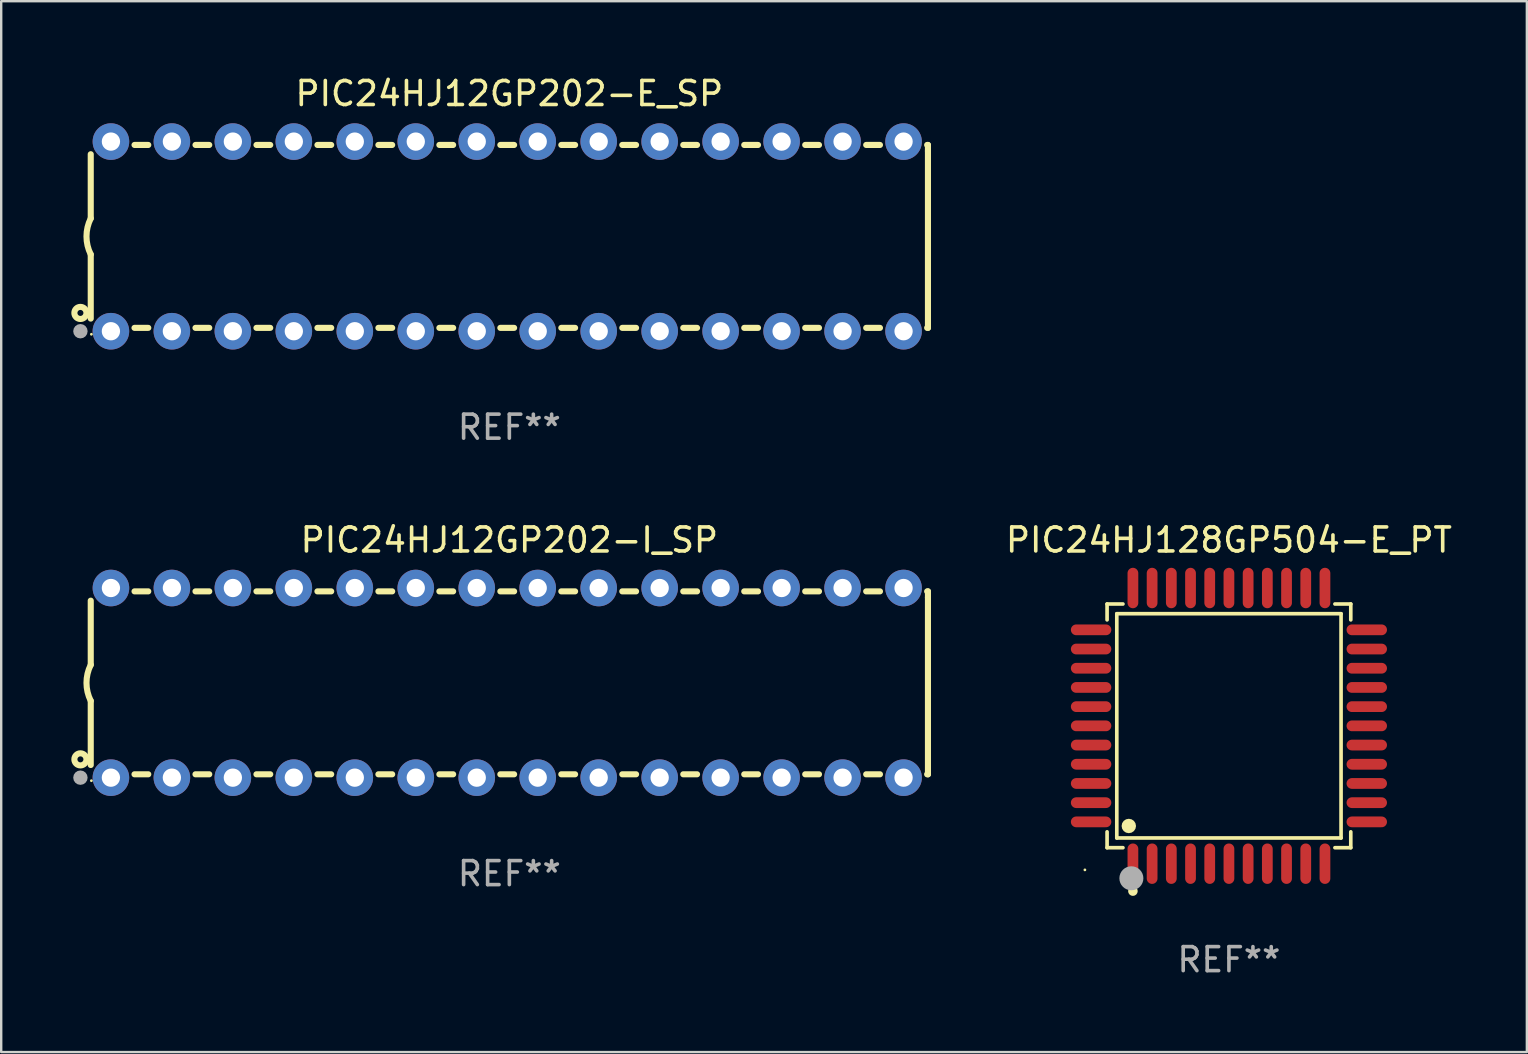
<source format=kicad_pcb>
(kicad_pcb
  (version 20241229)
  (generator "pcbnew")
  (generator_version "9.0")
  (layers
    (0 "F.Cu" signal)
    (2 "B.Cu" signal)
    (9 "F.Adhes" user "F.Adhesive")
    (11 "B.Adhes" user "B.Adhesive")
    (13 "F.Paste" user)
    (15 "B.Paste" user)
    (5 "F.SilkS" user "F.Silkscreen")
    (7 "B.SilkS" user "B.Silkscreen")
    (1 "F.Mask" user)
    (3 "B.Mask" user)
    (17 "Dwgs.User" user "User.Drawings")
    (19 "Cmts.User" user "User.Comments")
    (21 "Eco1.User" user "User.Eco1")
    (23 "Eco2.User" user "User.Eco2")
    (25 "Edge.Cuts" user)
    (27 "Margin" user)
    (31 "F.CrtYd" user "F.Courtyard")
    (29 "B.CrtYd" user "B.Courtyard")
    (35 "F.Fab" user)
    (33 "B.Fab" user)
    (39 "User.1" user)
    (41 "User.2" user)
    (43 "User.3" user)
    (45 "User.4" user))
  (footprint "PIC24HJ12GP202-I_SP"
    (layer "F.Cu")
    (at 18.168 25.395)
    (property "Reference" "PIC24HJ12GP202-I_SP" (at 0 -5.95 0) (layer "F.SilkS") (effects (font (size 1 1) (thickness 0.15))))
    (attr through_hole)
    (fp_line (start -17.438 0.75) (end -17.438 3.423) (stroke (width 0.254) (type solid)) (layer "F.SilkS"))
    (fp_line (start -17.438 -3.423) (end -17.438 -0.75) (stroke (width 0.254) (type solid)) (layer "F.SilkS"))
    (fp_line (start -15.615 3.81) (end -15.041 3.81) (stroke (width 0.254) (type solid)) (layer "F.SilkS"))
    (fp_line (start -15.041 -3.81) (end -15.614 -3.81) (stroke (width 0.254) (type solid)) (layer "F.SilkS"))
    (fp_line (start -13.075 3.81) (end -12.501 3.81) (stroke (width 0.254) (type solid)) (layer "F.SilkS"))
    (fp_line (start -12.501 -3.81) (end -13.074 -3.81) (stroke (width 0.254) (type solid)) (layer "F.SilkS"))
    (fp_line (start -10.535 3.81) (end -9.961 3.81) (stroke (width 0.254) (type solid)) (layer "F.SilkS"))
    (fp_line (start -9.961 -3.81) (end -10.534 -3.81) (stroke (width 0.254) (type solid)) (layer "F.SilkS"))
    (fp_line (start -7.995 3.81) (end -7.421 3.81) (stroke (width 0.254) (type solid)) (layer "F.SilkS"))
    (fp_line (start -7.421 -3.81) (end -7.995 -3.81) (stroke (width 0.254) (type solid)) (layer "F.SilkS"))
    (fp_line (start -5.455 3.81) (end -4.881 3.81) (stroke (width 0.254) (type solid)) (layer "F.SilkS"))
    (fp_line (start -4.881 -3.81) (end -5.455 -3.81) (stroke (width 0.254) (type solid)) (layer "F.SilkS"))
    (fp_line (start -2.915 3.81) (end -2.341 3.81) (stroke (width 0.254) (type solid)) (layer "F.SilkS"))
    (fp_line (start -2.341 -3.81) (end -2.915 -3.81) (stroke (width 0.254) (type solid)) (layer "F.SilkS"))
    (fp_line (start -0.375 3.81) (end 0.199 3.81) (stroke (width 0.254) (type solid)) (layer "F.SilkS"))
    (fp_line (start 0.199 -3.81) (end -0.375 -3.81) (stroke (width 0.254) (type solid)) (layer "F.SilkS"))
    (fp_line (start 2.165 3.81) (end 2.739 3.81) (stroke (width 0.254) (type solid)) (layer "F.SilkS"))
    (fp_line (start 2.739 -3.81) (end 2.165 -3.81) (stroke (width 0.254) (type solid)) (layer "F.SilkS"))
    (fp_line (start 4.705 3.81) (end 5.279 3.81) (stroke (width 0.254) (type solid)) (layer "F.SilkS"))
    (fp_line (start 5.279 -3.81) (end 4.705 -3.81) (stroke (width 0.254) (type solid)) (layer "F.SilkS"))
    (fp_line (start 7.245 3.81) (end 7.819 3.81) (stroke (width 0.254) (type solid)) (layer "F.SilkS"))
    (fp_line (start 7.819 -3.81) (end 7.245 -3.81) (stroke (width 0.254) (type solid)) (layer "F.SilkS"))
    (fp_line (start 9.785 3.81) (end 10.359 3.81) (stroke (width 0.254) (type solid)) (layer "F.SilkS"))
    (fp_line (start 10.359 -3.81) (end 9.785 -3.81) (stroke (width 0.254) (type solid)) (layer "F.SilkS"))
    (fp_line (start 12.325 3.81) (end 12.899 3.81) (stroke (width 0.254) (type solid)) (layer "F.SilkS"))
    (fp_line (start 12.899 -3.81) (end 12.325 -3.81) (stroke (width 0.254) (type solid)) (layer "F.SilkS"))
    (fp_line (start 14.865 3.81) (end 15.439 3.81) (stroke (width 0.254) (type solid)) (layer "F.SilkS"))
    (fp_line (start 15.439 -3.81) (end 14.865 -3.81) (stroke (width 0.254) (type solid)) (layer "F.SilkS"))
    (fp_line (start 17.405 3.81) (end 17.438 3.81) (stroke (width 0.254) (type solid)) (layer "F.SilkS"))
    (fp_line (start 17.438 -3.81) (end 17.405 -3.81) (stroke (width 0.254) (type solid)) (layer "F.SilkS"))
    (fp_line (start 17.438 -3.556) (end 17.438 -3.81) (stroke (width 0.254) (type solid)) (layer "F.SilkS"))
    (fp_line (start 17.438 3.81) (end 17.438 -3.556) (stroke (width 0.254) (type solid)) (layer "F.SilkS"))
    (fp_arc (start -17.437986 0.749657) (mid -17.614887 -0.000024) (end -17.437783 -0.749657) (stroke (width 0.254001) (type solid)) (layer "F.SilkS"))
    (fp_circle (center -17.868 3.188) (end -17.743 3.188) (stroke (width 0.254) (type solid)) (fill no) (layer "F.SilkS"))
    (fp_circle (center -17.411 4.077) (end -17.381 4.077) (stroke (width 0.06) (type solid)) (fill no) (layer "F.SilkS"))
    (fp_circle (center -17.868 3.95) (end -17.718 3.95) (stroke (width 0.3) (type solid)) (fill no) (layer "F.Fab"))
    (fp_text user "REF**" (at 0 7.95 0) (layer "F.Fab") (effects (font (size 1 1) (thickness 0.15))))
    (pad "1" thru_hole circle (at -16.598 3.95) (size 1.524 1.524) (drill 0.762) (layers "*.Cu" "*.Mask"))
    (pad "2" thru_hole circle (at -14.058 3.95) (size 1.524 1.524) (drill 0.762) (layers "*.Cu" "*.Mask"))
    (pad "3" thru_hole circle (at -11.518 3.95) (size 1.524 1.524) (drill 0.762) (layers "*.Cu" "*.Mask"))
    (pad "4" thru_hole circle (at -8.978 3.95) (size 1.524 1.524) (drill 0.762) (layers "*.Cu" "*.Mask"))
    (pad "5" thru_hole circle (at -6.438 3.95) (size 1.524 1.524) (drill 0.762) (layers "*.Cu" "*.Mask"))
    (pad "6" thru_hole circle (at -3.898 3.95) (size 1.524 1.524) (drill 0.762) (layers "*.Cu" "*.Mask"))
    (pad "7" thru_hole circle (at -1.358 3.95) (size 1.524 1.524) (drill 0.762) (layers "*.Cu" "*.Mask"))
    (pad "8" thru_hole circle (at 1.182 3.95) (size 1.524 1.524) (drill 0.762) (layers "*.Cu" "*.Mask"))
    (pad "9" thru_hole circle (at 3.722 3.95) (size 1.524 1.524) (drill 0.762) (layers "*.Cu" "*.Mask"))
    (pad "10" thru_hole circle (at 6.262 3.95) (size 1.524 1.524) (drill 0.762) (layers "*.Cu" "*.Mask"))
    (pad "11" thru_hole circle (at 8.802 3.95) (size 1.524 1.524) (drill 0.762) (layers "*.Cu" "*.Mask"))
    (pad "12" thru_hole circle (at 11.342 3.95) (size 1.524 1.524) (drill 0.762) (layers "*.Cu" "*.Mask"))
    (pad "13" thru_hole circle (at 13.882 3.95) (size 1.524 1.524) (drill 0.762) (layers "*.Cu" "*.Mask"))
    (pad "14" thru_hole circle (at 16.422 3.95) (size 1.524 1.524) (drill 0.762) (layers "*.Cu" "*.Mask"))
    (pad "15" thru_hole circle (at 16.422 -3.95) (size 1.524 1.524) (drill 0.762) (layers "*.Cu" "*.Mask"))
    (pad "16" thru_hole circle (at 13.882 -3.95) (size 1.524 1.524) (drill 0.762) (layers "*.Cu" "*.Mask"))
    (pad "17" thru_hole circle (at 11.342 -3.95) (size 1.524 1.524) (drill 0.762) (layers "*.Cu" "*.Mask"))
    (pad "18" thru_hole circle (at 8.802 -3.95) (size 1.524 1.524) (drill 0.762) (layers "*.Cu" "*.Mask"))
    (pad "19" thru_hole circle (at 6.262 -3.95) (size 1.524 1.524) (drill 0.762) (layers "*.Cu" "*.Mask"))
    (pad "20" thru_hole circle (at 3.722 -3.95) (size 1.524 1.524) (drill 0.762) (layers "*.Cu" "*.Mask"))
    (pad "21" thru_hole circle (at 1.182 -3.95) (size 1.524 1.524) (drill 0.762) (layers "*.Cu" "*.Mask"))
    (pad "22" thru_hole circle (at -1.358 -3.95) (size 1.524 1.524) (drill 0.762) (layers "*.Cu" "*.Mask"))
    (pad "23" thru_hole circle (at -3.898 -3.95) (size 1.524 1.524) (drill 0.762) (layers "*.Cu" "*.Mask"))
    (pad "24" thru_hole circle (at -6.438 -3.95) (size 1.524 1.524) (drill 0.762) (layers "*.Cu" "*.Mask"))
    (pad "25" thru_hole circle (at -8.978 -3.95) (size 1.524 1.524) (drill 0.762) (layers "*.Cu" "*.Mask"))
    (pad "26" thru_hole circle (at -11.517 -3.95) (size 1.524 1.524) (drill 0.762) (layers "*.Cu" "*.Mask"))
    (pad "27" thru_hole circle (at -14.057 -3.95) (size 1.524 1.524) (drill 0.762) (layers "*.Cu" "*.Mask"))
    (pad "28" thru_hole circle (at -16.597 -3.95) (size 1.524 1.524) (drill 0.762) (layers "*.Cu" "*.Mask")))
  (footprint "PIC24HJ12GP202-E_SP"
    (layer "F.Cu")
    (at 18.168 6.798)
    (property "Reference" "PIC24HJ12GP202-E_SP" (at 0 -5.95 0) (layer "F.SilkS") (effects (font (size 1 1) (thickness 0.15))))
    (attr through_hole)
    (fp_line (start -17.438 0.75) (end -17.438 3.423) (stroke (width 0.254) (type solid)) (layer "F.SilkS"))
    (fp_line (start -17.438 -3.423) (end -17.438 -0.75) (stroke (width 0.254) (type solid)) (layer "F.SilkS"))
    (fp_line (start -15.615 3.81) (end -15.041 3.81) (stroke (width 0.254) (type solid)) (layer "F.SilkS"))
    (fp_line (start -15.041 -3.81) (end -15.614 -3.81) (stroke (width 0.254) (type solid)) (layer "F.SilkS"))
    (fp_line (start -13.075 3.81) (end -12.501 3.81) (stroke (width 0.254) (type solid)) (layer "F.SilkS"))
    (fp_line (start -12.501 -3.81) (end -13.074 -3.81) (stroke (width 0.254) (type solid)) (layer "F.SilkS"))
    (fp_line (start -10.535 3.81) (end -9.961 3.81) (stroke (width 0.254) (type solid)) (layer "F.SilkS"))
    (fp_line (start -9.961 -3.81) (end -10.534 -3.81) (stroke (width 0.254) (type solid)) (layer "F.SilkS"))
    (fp_line (start -7.995 3.81) (end -7.421 3.81) (stroke (width 0.254) (type solid)) (layer "F.SilkS"))
    (fp_line (start -7.421 -3.81) (end -7.995 -3.81) (stroke (width 0.254) (type solid)) (layer "F.SilkS"))
    (fp_line (start -5.455 3.81) (end -4.881 3.81) (stroke (width 0.254) (type solid)) (layer "F.SilkS"))
    (fp_line (start -4.881 -3.81) (end -5.455 -3.81) (stroke (width 0.254) (type solid)) (layer "F.SilkS"))
    (fp_line (start -2.915 3.81) (end -2.341 3.81) (stroke (width 0.254) (type solid)) (layer "F.SilkS"))
    (fp_line (start -2.341 -3.81) (end -2.915 -3.81) (stroke (width 0.254) (type solid)) (layer "F.SilkS"))
    (fp_line (start -0.375 3.81) (end 0.199 3.81) (stroke (width 0.254) (type solid)) (layer "F.SilkS"))
    (fp_line (start 0.199 -3.81) (end -0.375 -3.81) (stroke (width 0.254) (type solid)) (layer "F.SilkS"))
    (fp_line (start 2.165 3.81) (end 2.739 3.81) (stroke (width 0.254) (type solid)) (layer "F.SilkS"))
    (fp_line (start 2.739 -3.81) (end 2.165 -3.81) (stroke (width 0.254) (type solid)) (layer "F.SilkS"))
    (fp_line (start 4.705 3.81) (end 5.279 3.81) (stroke (width 0.254) (type solid)) (layer "F.SilkS"))
    (fp_line (start 5.279 -3.81) (end 4.705 -3.81) (stroke (width 0.254) (type solid)) (layer "F.SilkS"))
    (fp_line (start 7.245 3.81) (end 7.819 3.81) (stroke (width 0.254) (type solid)) (layer "F.SilkS"))
    (fp_line (start 7.819 -3.81) (end 7.245 -3.81) (stroke (width 0.254) (type solid)) (layer "F.SilkS"))
    (fp_line (start 9.785 3.81) (end 10.359 3.81) (stroke (width 0.254) (type solid)) (layer "F.SilkS"))
    (fp_line (start 10.359 -3.81) (end 9.785 -3.81) (stroke (width 0.254) (type solid)) (layer "F.SilkS"))
    (fp_line (start 12.325 3.81) (end 12.899 3.81) (stroke (width 0.254) (type solid)) (layer "F.SilkS"))
    (fp_line (start 12.899 -3.81) (end 12.325 -3.81) (stroke (width 0.254) (type solid)) (layer "F.SilkS"))
    (fp_line (start 14.865 3.81) (end 15.439 3.81) (stroke (width 0.254) (type solid)) (layer "F.SilkS"))
    (fp_line (start 15.439 -3.81) (end 14.865 -3.81) (stroke (width 0.254) (type solid)) (layer "F.SilkS"))
    (fp_line (start 17.405 3.81) (end 17.438 3.81) (stroke (width 0.254) (type solid)) (layer "F.SilkS"))
    (fp_line (start 17.438 -3.81) (end 17.405 -3.81) (stroke (width 0.254) (type solid)) (layer "F.SilkS"))
    (fp_line (start 17.438 -3.556) (end 17.438 -3.81) (stroke (width 0.254) (type solid)) (layer "F.SilkS"))
    (fp_line (start 17.438 3.81) (end 17.438 -3.556) (stroke (width 0.254) (type solid)) (layer "F.SilkS"))
    (fp_arc (start -17.437986 0.749657) (mid -17.614887 -0.000024) (end -17.437783 -0.749657) (stroke (width 0.254001) (type solid)) (layer "F.SilkS"))
    (fp_circle (center -17.868 3.188) (end -17.743 3.188) (stroke (width 0.254) (type solid)) (fill no) (layer "F.SilkS"))
    (fp_circle (center -17.411 4.077) (end -17.381 4.077) (stroke (width 0.06) (type solid)) (fill no) (layer "F.SilkS"))
    (fp_circle (center -17.868 3.95) (end -17.718 3.95) (stroke (width 0.3) (type solid)) (fill no) (layer "F.Fab"))
    (fp_text user "REF**" (at 0 7.95 0) (layer "F.Fab") (effects (font (size 1 1) (thickness 0.15))))
    (pad "1" thru_hole circle (at -16.598 3.95) (size 1.524 1.524) (drill 0.762) (layers "*.Cu" "*.Mask"))
    (pad "2" thru_hole circle (at -14.058 3.95) (size 1.524 1.524) (drill 0.762) (layers "*.Cu" "*.Mask"))
    (pad "3" thru_hole circle (at -11.518 3.95) (size 1.524 1.524) (drill 0.762) (layers "*.Cu" "*.Mask"))
    (pad "4" thru_hole circle (at -8.978 3.95) (size 1.524 1.524) (drill 0.762) (layers "*.Cu" "*.Mask"))
    (pad "5" thru_hole circle (at -6.438 3.95) (size 1.524 1.524) (drill 0.762) (layers "*.Cu" "*.Mask"))
    (pad "6" thru_hole circle (at -3.898 3.95) (size 1.524 1.524) (drill 0.762) (layers "*.Cu" "*.Mask"))
    (pad "7" thru_hole circle (at -1.358 3.95) (size 1.524 1.524) (drill 0.762) (layers "*.Cu" "*.Mask"))
    (pad "8" thru_hole circle (at 1.182 3.95) (size 1.524 1.524) (drill 0.762) (layers "*.Cu" "*.Mask"))
    (pad "9" thru_hole circle (at 3.722 3.95) (size 1.524 1.524) (drill 0.762) (layers "*.Cu" "*.Mask"))
    (pad "10" thru_hole circle (at 6.262 3.95) (size 1.524 1.524) (drill 0.762) (layers "*.Cu" "*.Mask"))
    (pad "11" thru_hole circle (at 8.802 3.95) (size 1.524 1.524) (drill 0.762) (layers "*.Cu" "*.Mask"))
    (pad "12" thru_hole circle (at 11.342 3.95) (size 1.524 1.524) (drill 0.762) (layers "*.Cu" "*.Mask"))
    (pad "13" thru_hole circle (at 13.882 3.95) (size 1.524 1.524) (drill 0.762) (layers "*.Cu" "*.Mask"))
    (pad "14" thru_hole circle (at 16.422 3.95) (size 1.524 1.524) (drill 0.762) (layers "*.Cu" "*.Mask"))
    (pad "15" thru_hole circle (at 16.422 -3.95) (size 1.524 1.524) (drill 0.762) (layers "*.Cu" "*.Mask"))
    (pad "16" thru_hole circle (at 13.882 -3.95) (size 1.524 1.524) (drill 0.762) (layers "*.Cu" "*.Mask"))
    (pad "17" thru_hole circle (at 11.342 -3.95) (size 1.524 1.524) (drill 0.762) (layers "*.Cu" "*.Mask"))
    (pad "18" thru_hole circle (at 8.802 -3.95) (size 1.524 1.524) (drill 0.762) (layers "*.Cu" "*.Mask"))
    (pad "19" thru_hole circle (at 6.262 -3.95) (size 1.524 1.524) (drill 0.762) (layers "*.Cu" "*.Mask"))
    (pad "20" thru_hole circle (at 3.722 -3.95) (size 1.524 1.524) (drill 0.762) (layers "*.Cu" "*.Mask"))
    (pad "21" thru_hole circle (at 1.182 -3.95) (size 1.524 1.524) (drill 0.762) (layers "*.Cu" "*.Mask"))
    (pad "22" thru_hole circle (at -1.358 -3.95) (size 1.524 1.524) (drill 0.762) (layers "*.Cu" "*.Mask"))
    (pad "23" thru_hole circle (at -3.898 -3.95) (size 1.524 1.524) (drill 0.762) (layers "*.Cu" "*.Mask"))
    (pad "24" thru_hole circle (at -6.438 -3.95) (size 1.524 1.524) (drill 0.762) (layers "*.Cu" "*.Mask"))
    (pad "25" thru_hole circle (at -8.978 -3.95) (size 1.524 1.524) (drill 0.762) (layers "*.Cu" "*.Mask"))
    (pad "26" thru_hole circle (at -11.517 -3.95) (size 1.524 1.524) (drill 0.762) (layers "*.Cu" "*.Mask"))
    (pad "27" thru_hole circle (at -14.057 -3.95) (size 1.524 1.524) (drill 0.762) (layers "*.Cu" "*.Mask"))
    (pad "28" thru_hole circle (at -16.597 -3.95) (size 1.524 1.524) (drill 0.762) (layers "*.Cu" "*.Mask")))
  (footprint "PIC24HJ128GP504-E_PT"
    (layer "F.Cu")
    (at 48.144 27.187)
    (property "Reference" "PIC24HJ128GP504-E_PT" (at 0 -7.742 0) (layer "F.SilkS") (effects (font (size 1 1) (thickness 0.15))))
    (attr through_hole)
    (fp_line (start -5.076 -5.076) (end -4.415 -5.076) (stroke (width 0.152) (type solid)) (layer "F.SilkS"))
    (fp_line (start -5.076 -4.415) (end -5.076 -5.076) (stroke (width 0.152) (type solid)) (layer "F.SilkS"))
    (fp_line (start -5.076 4.415) (end -5.076 5.076) (stroke (width 0.152) (type solid)) (layer "F.SilkS"))
    (fp_line (start -5.076 5.076) (end -4.415 5.076) (stroke (width 0.152) (type solid)) (layer "F.SilkS"))
    (fp_line (start -4.671 -4.671) (end 4.671 -4.671) (stroke (width 0.152) (type solid)) (layer "F.SilkS"))
    (fp_line (start -4.671 4.671) (end -4.671 -4.671) (stroke (width 0.152) (type solid)) (layer "F.SilkS"))
    (fp_line (start 4.671 -4.671) (end 4.671 4.671) (stroke (width 0.152) (type solid)) (layer "F.SilkS"))
    (fp_line (start 4.671 4.671) (end -4.671 4.671) (stroke (width 0.152) (type solid)) (layer "F.SilkS"))
    (fp_line (start 5.076 -5.076) (end 4.415 -5.076) (stroke (width 0.152) (type solid)) (layer "F.SilkS"))
    (fp_line (start 5.076 -4.415) (end 5.076 -5.076) (stroke (width 0.152) (type solid)) (layer "F.SilkS"))
    (fp_line (start 5.076 4.415) (end 5.076 5.076) (stroke (width 0.152) (type solid)) (layer "F.SilkS"))
    (fp_line (start 5.076 5.076) (end 4.415 5.076) (stroke (width 0.152) (type solid)) (layer "F.SilkS"))
    (fp_circle (center -6 6) (end -5.97 6) (stroke (width 0.06) (type solid)) (fill no) (layer "F.SilkS"))
    (fp_circle (center -4.171 4.171) (end -4.021 4.171) (stroke (width 0.3) (type solid)) (fill no) (layer "F.SilkS"))
    (fp_circle (center -4 6.884) (end -3.9 6.884) (stroke (width 0.2) (type solid)) (fill no) (layer "F.SilkS"))
    (fp_circle (center -4.064 6.35) (end -3.814 6.35) (stroke (width 0.5) (type solid)) (fill no) (layer "F.Fab"))
    (fp_text user "REF**" (at 0 9.742 0) (layer "F.Fab") (effects (font (size 1 1) (thickness 0.15))))
    (pad "1" smd oval (at -4 5.742) (size 0.448 1.684) (layers "F.Cu" "F.Mask" "F.Paste"))
    (pad "2" smd oval (at -3.2 5.742) (size 0.448 1.684) (layers "F.Cu" "F.Mask" "F.Paste"))
    (pad "3" smd oval (at -2.4 5.742) (size 0.448 1.684) (layers "F.Cu" "F.Mask" "F.Paste"))
    (pad "4" smd oval (at -1.6 5.742) (size 0.448 1.684) (layers "F.Cu" "F.Mask" "F.Paste"))
    (pad "5" smd oval (at -0.8 5.742) (size 0.448 1.684) (layers "F.Cu" "F.Mask" "F.Paste"))
    (pad "6" smd oval (at 0 5.742) (size 0.448 1.684) (layers "F.Cu" "F.Mask" "F.Paste"))
    (pad "7" smd oval (at 0.8 5.742) (size 0.448 1.684) (layers "F.Cu" "F.Mask" "F.Paste"))
    (pad "8" smd oval (at 1.6 5.742) (size 0.448 1.684) (layers "F.Cu" "F.Mask" "F.Paste"))
    (pad "9" smd oval (at 2.4 5.742) (size 0.448 1.684) (layers "F.Cu" "F.Mask" "F.Paste"))
    (pad "10" smd oval (at 3.2 5.742) (size 0.448 1.684) (layers "F.Cu" "F.Mask" "F.Paste"))
    (pad "11" smd oval (at 4 5.742) (size 0.448 1.684) (layers "F.Cu" "F.Mask" "F.Paste"))
    (pad "12" smd oval (at 5.742 4) (size 1.684 0.448) (layers "F.Cu" "F.Mask" "F.Paste"))
    (pad "13" smd oval (at 5.742 3.2) (size 1.684 0.448) (layers "F.Cu" "F.Mask" "F.Paste"))
    (pad "14" smd oval (at 5.742 2.4) (size 1.684 0.448) (layers "F.Cu" "F.Mask" "F.Paste"))
    (pad "15" smd oval (at 5.742 1.6) (size 1.684 0.448) (layers "F.Cu" "F.Mask" "F.Paste"))
    (pad "16" smd oval (at 5.742 0.8) (size 1.684 0.448) (layers "F.Cu" "F.Mask" "F.Paste"))
    (pad "17" smd oval (at 5.742 0) (size 1.684 0.448) (layers "F.Cu" "F.Mask" "F.Paste"))
    (pad "18" smd oval (at 5.742 -0.8) (size 1.684 0.448) (layers "F.Cu" "F.Mask" "F.Paste"))
    (pad "19" smd oval (at 5.742 -1.6) (size 1.684 0.448) (layers "F.Cu" "F.Mask" "F.Paste"))
    (pad "20" smd oval (at 5.742 -2.4) (size 1.684 0.448) (layers "F.Cu" "F.Mask" "F.Paste"))
    (pad "21" smd oval (at 5.742 -3.2) (size 1.684 0.448) (layers "F.Cu" "F.Mask" "F.Paste"))
    (pad "22" smd oval (at 5.742 -4) (size 1.684 0.448) (layers "F.Cu" "F.Mask" "F.Paste"))
    (pad "23" smd oval (at 4 -5.742) (size 0.448 1.684) (layers "F.Cu" "F.Mask" "F.Paste"))
    (pad "24" smd oval (at 3.2 -5.742) (size 0.448 1.684) (layers "F.Cu" "F.Mask" "F.Paste"))
    (pad "25" smd oval (at 2.4 -5.742) (size 0.448 1.684) (layers "F.Cu" "F.Mask" "F.Paste"))
    (pad "26" smd oval (at 1.6 -5.742) (size 0.448 1.684) (layers "F.Cu" "F.Mask" "F.Paste"))
    (pad "27" smd oval (at 0.8 -5.742) (size 0.448 1.684) (layers "F.Cu" "F.Mask" "F.Paste"))
    (pad "28" smd oval (at 0 -5.742) (size 0.448 1.684) (layers "F.Cu" "F.Mask" "F.Paste"))
    (pad "29" smd oval (at -0.8 -5.742) (size 0.448 1.684) (layers "F.Cu" "F.Mask" "F.Paste"))
    (pad "30" smd oval (at -1.6 -5.742) (size 0.448 1.684) (layers "F.Cu" "F.Mask" "F.Paste"))
    (pad "31" smd oval (at -2.4 -5.742) (size 0.448 1.684) (layers "F.Cu" "F.Mask" "F.Paste"))
    (pad "32" smd oval (at -3.2 -5.742) (size 0.448 1.684) (layers "F.Cu" "F.Mask" "F.Paste"))
    (pad "33" smd oval (at -4 -5.742) (size 0.448 1.684) (layers "F.Cu" "F.Mask" "F.Paste"))
    (pad "34" smd oval (at -5.742 -4) (size 1.684 0.448) (layers "F.Cu" "F.Mask" "F.Paste"))
    (pad "35" smd oval (at -5.742 -3.2) (size 1.684 0.448) (layers "F.Cu" "F.Mask" "F.Paste"))
    (pad "36" smd oval (at -5.742 -2.4) (size 1.684 0.448) (layers "F.Cu" "F.Mask" "F.Paste"))
    (pad "37" smd oval (at -5.742 -1.6) (size 1.684 0.448) (layers "F.Cu" "F.Mask" "F.Paste"))
    (pad "38" smd oval (at -5.742 -0.8) (size 1.684 0.448) (layers "F.Cu" "F.Mask" "F.Paste"))
    (pad "39" smd oval (at -5.742 0) (size 1.684 0.448) (layers "F.Cu" "F.Mask" "F.Paste"))
    (pad "40" smd oval (at -5.742 0.8) (size 1.684 0.448) (layers "F.Cu" "F.Mask" "F.Paste"))
    (pad "41" smd oval (at -5.742 1.6) (size 1.684 0.448) (layers "F.Cu" "F.Mask" "F.Paste"))
    (pad "42" smd oval (at -5.742 2.4) (size 1.684 0.448) (layers "F.Cu" "F.Mask" "F.Paste"))
    (pad "43" smd oval (at -5.742 3.2) (size 1.684 0.448) (layers "F.Cu" "F.Mask" "F.Paste"))
    (pad "44" smd oval (at -5.742 4) (size 1.684 0.448) (layers "F.Cu" "F.Mask" "F.Paste")))
  (gr_rect
    (start -3 -3)
    (end 60.555 40.777)
    (stroke (width 0.1) (type default))
    (fill no)
    (layer "Edge.Cuts")))
</source>
